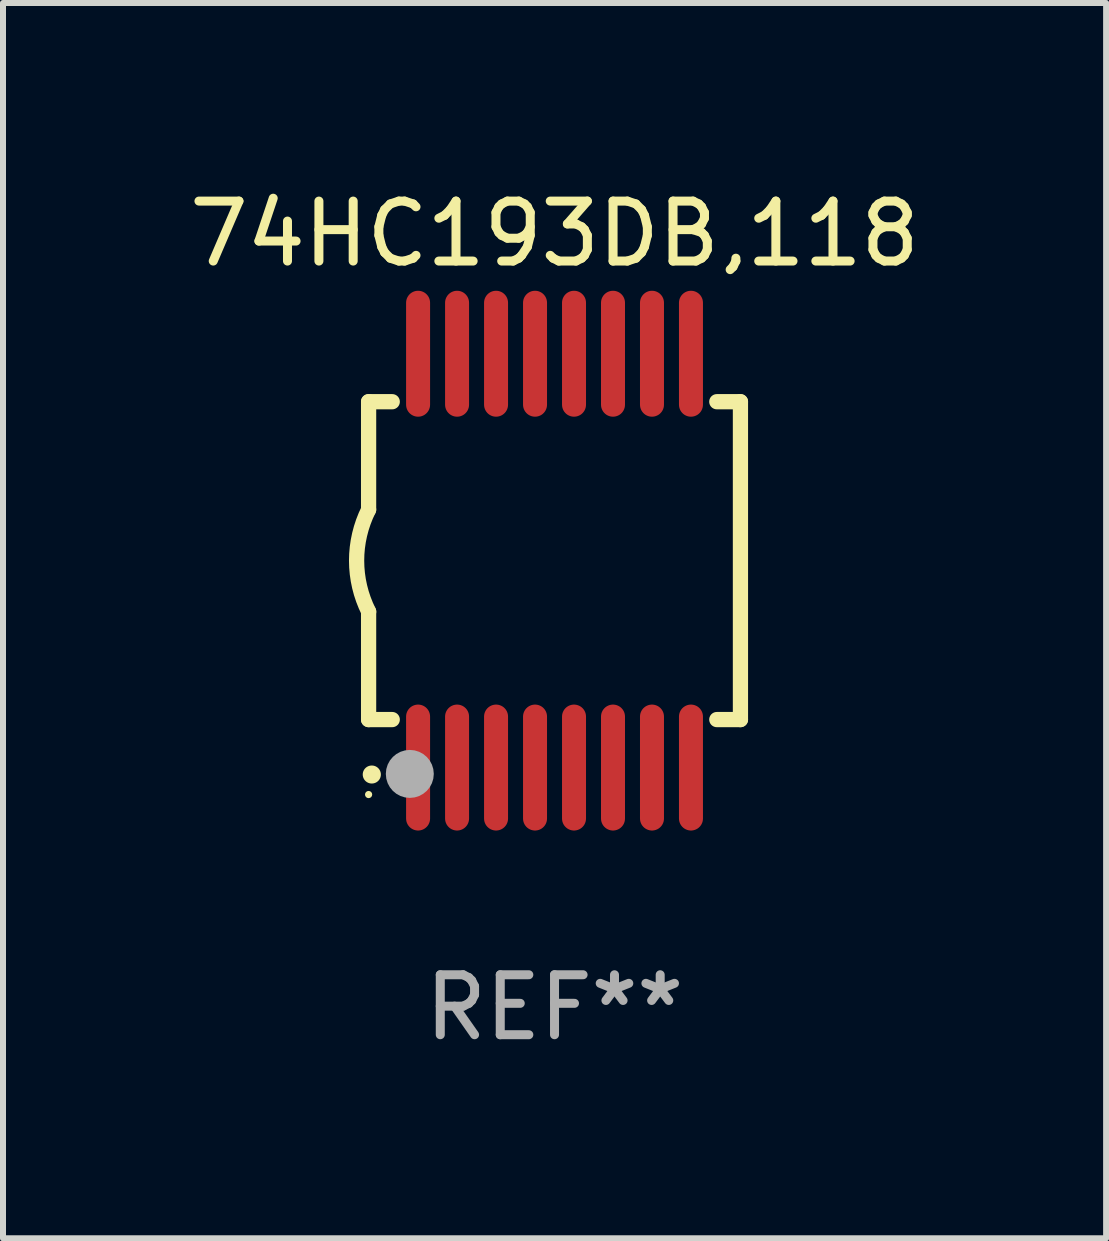
<source format=kicad_pcb>
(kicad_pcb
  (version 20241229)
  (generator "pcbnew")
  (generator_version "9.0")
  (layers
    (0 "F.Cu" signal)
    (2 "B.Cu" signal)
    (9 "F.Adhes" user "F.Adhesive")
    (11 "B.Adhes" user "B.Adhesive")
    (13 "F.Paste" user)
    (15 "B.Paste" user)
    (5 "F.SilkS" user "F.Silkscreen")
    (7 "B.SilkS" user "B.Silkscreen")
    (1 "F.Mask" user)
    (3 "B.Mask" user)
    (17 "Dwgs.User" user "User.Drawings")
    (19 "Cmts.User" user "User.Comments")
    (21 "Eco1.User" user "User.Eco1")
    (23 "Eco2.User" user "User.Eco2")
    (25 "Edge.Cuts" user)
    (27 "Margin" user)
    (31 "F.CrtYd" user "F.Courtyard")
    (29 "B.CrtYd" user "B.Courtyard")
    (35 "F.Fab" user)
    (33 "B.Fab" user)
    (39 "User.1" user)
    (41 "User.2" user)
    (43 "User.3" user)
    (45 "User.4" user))
  (footprint "74HC193DB,118"
    (layer "F.Cu")
    (at 6.196 6.298)
    (property "Reference" "74HC193DB,118" (at 0 -5.45 0) (layer "F.SilkS") (effects (font (size 1 1) (thickness 0.15))))
    (attr through_hole)
    (fp_line (start -3.1 -2.65) (end -3.1 -0.85) (stroke (width 0.254) (type solid)) (layer "F.SilkS"))
    (fp_line (start -3.1 -2.65) (end -2.706 -2.65) (stroke (width 0.254) (type solid)) (layer "F.SilkS"))
    (fp_line (start -3.1 2.65) (end -3.1 0.85) (stroke (width 0.254) (type solid)) (layer "F.SilkS"))
    (fp_line (start -3.1 2.65) (end -2.706 2.65) (stroke (width 0.254) (type solid)) (layer "F.SilkS"))
    (fp_line (start 2.706 -2.65) (end 3.1 -2.65) (stroke (width 0.254) (type solid)) (layer "F.SilkS"))
    (fp_line (start 2.706 2.65) (end 3.1 2.65) (stroke (width 0.254) (type solid)) (layer "F.SilkS"))
    (fp_line (start 3.1 -2.65) (end 3.1 2.65) (stroke (width 0.254) (type solid)) (layer "F.SilkS"))
    (fp_arc (start -3.098907 0.850902) (mid -3.300057 0.000523) (end -3.1 -0.850114) (stroke (width 0.254001) (type solid)) (layer "F.SilkS"))
    (fp_arc (start -3.048006 3.566066) (mid -3.046736 3.566061) (end -3.045466 3.566066) (stroke (width 0.3) (type solid)) (layer "F.SilkS"))
    (fp_circle (center -3.1 3.9) (end -3.07 3.9) (stroke (width 0.06) (type solid)) (fill no) (layer "F.SilkS"))
    (fp_circle (center -2.413 3.556) (end -2.213 3.556) (stroke (width 0.4) (type solid)) (fill no) (layer "F.Fab"))
    (fp_text user "REF**" (at 0 7.45 0) (layer "F.Fab") (effects (font (size 1 1) (thickness 0.15))))
    (pad "1" smd oval (at -2.275 3.45 180) (size 0.4 2.1) (layers "F.Cu" "F.Mask" "F.Paste"))
    (pad "2" smd oval (at -1.625 3.45 180) (size 0.4 2.1) (layers "F.Cu" "F.Mask" "F.Paste"))
    (pad "3" smd oval (at -0.975 3.45 180) (size 0.4 2.1) (layers "F.Cu" "F.Mask" "F.Paste"))
    (pad "4" smd oval (at -0.325 3.45 180) (size 0.4 2.1) (layers "F.Cu" "F.Mask" "F.Paste"))
    (pad "5" smd oval (at 0.325 3.45 180) (size 0.4 2.1) (layers "F.Cu" "F.Mask" "F.Paste"))
    (pad "6" smd oval (at 0.975 3.45 180) (size 0.4 2.1) (layers "F.Cu" "F.Mask" "F.Paste"))
    (pad "7" smd oval (at 1.625 3.45 180) (size 0.4 2.1) (layers "F.Cu" "F.Mask" "F.Paste"))
    (pad "8" smd oval (at 2.275 3.45 180) (size 0.4 2.1) (layers "F.Cu" "F.Mask" "F.Paste"))
    (pad "9" smd oval (at 2.275 -3.45 180) (size 0.4 2.1) (layers "F.Cu" "F.Mask" "F.Paste"))
    (pad "10" smd oval (at 1.625 -3.45 180) (size 0.4 2.1) (layers "F.Cu" "F.Mask" "F.Paste"))
    (pad "11" smd oval (at 0.975 -3.45 180) (size 0.4 2.1) (layers "F.Cu" "F.Mask" "F.Paste"))
    (pad "12" smd oval (at 0.325 -3.45 180) (size 0.4 2.1) (layers "F.Cu" "F.Mask" "F.Paste"))
    (pad "13" smd oval (at -0.325 -3.45 180) (size 0.4 2.1) (layers "F.Cu" "F.Mask" "F.Paste"))
    (pad "14" smd oval (at -0.975 -3.45 180) (size 0.4 2.1) (layers "F.Cu" "F.Mask" "F.Paste"))
    (pad "15" smd oval (at -1.625 -3.45 180) (size 0.4 2.1) (layers "F.Cu" "F.Mask" "F.Paste"))
    (pad "16" smd oval (at -2.275 -3.45 180) (size 0.4 2.1) (layers "F.Cu" "F.Mask" "F.Paste")))
  (gr_rect
    (start -3 -3)
    (end 15.393 17.597)
    (stroke (width 0.1) (type default))
    (fill no)
    (layer "Edge.Cuts")))
</source>
